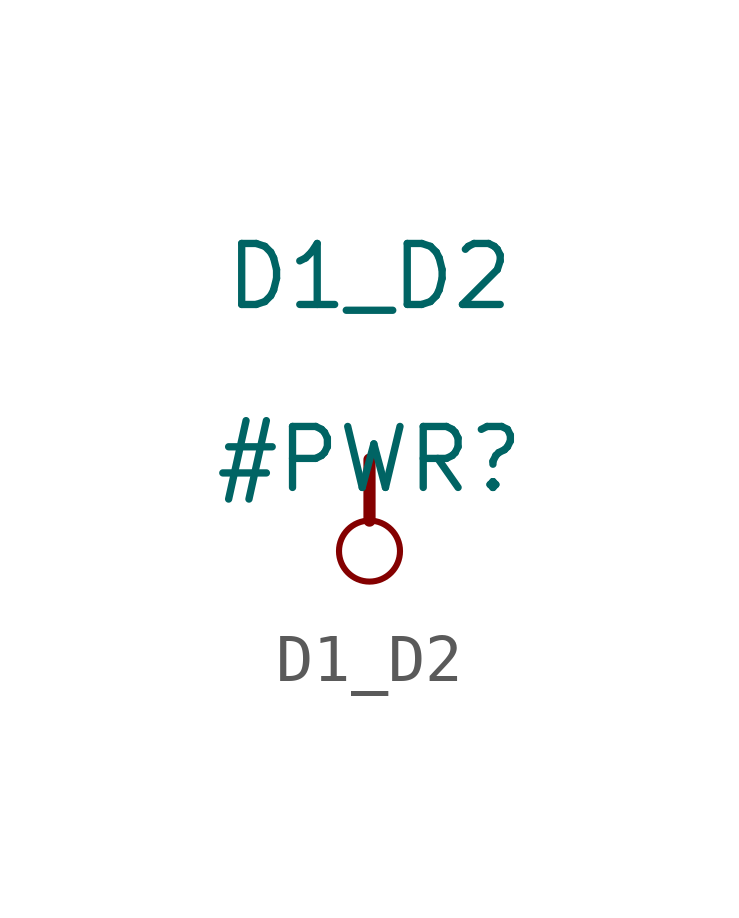
<source format=kicad_sym>
(kicad_symbol_lib
  (version 20211014)
  (generator kicad_symbol_editor)
  (symbol "D1_D2"
    (power)
    (property "Reference" "#PWR"
      (at 0 0 0)
      (effects (font (size 1.27 1.27))))
    (property "Value" "D1_D2"
      (at 0 3.81 0)
      (effects (font (size 1.27 1.27))))
    (symbol "D1_D2_0_0"
      (circle (center 0 -1.905) (radius 0.635) (stroke (width 0.127) (type default) (color 0 0 0 0)) (fill (type none)))
      (polyline (pts (xy 0 0) (xy 0 -1.27)) (stroke (width 0.254) (type default) (color 0 0 0 0)) (fill (type none)))
      (pin power_in line (at 0 0 0) (length 0) hide (name "D1_D2" (effects (font (size 1.27 1.27)))) (number "" (effects (font (size 1.27 1.27))))))))
</source>
